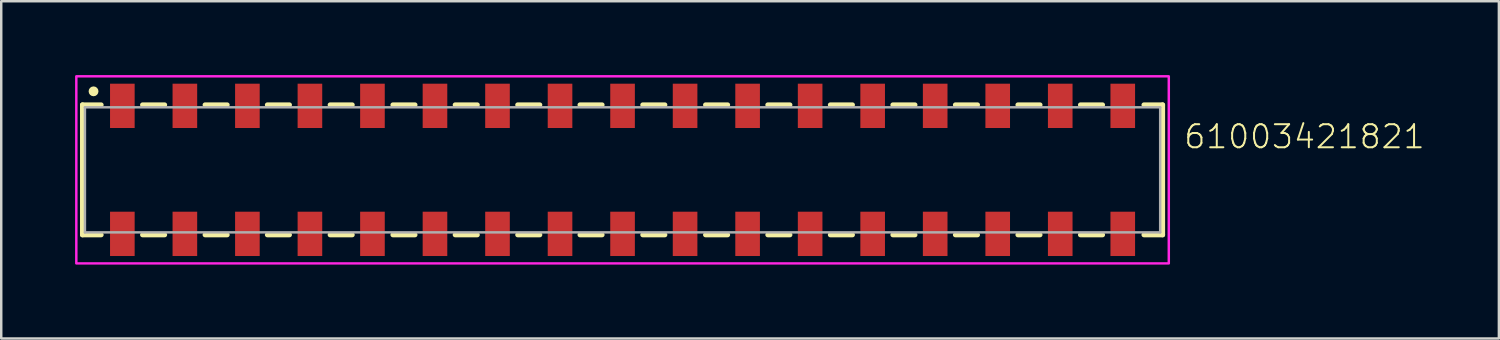
<source format=kicad_pcb>
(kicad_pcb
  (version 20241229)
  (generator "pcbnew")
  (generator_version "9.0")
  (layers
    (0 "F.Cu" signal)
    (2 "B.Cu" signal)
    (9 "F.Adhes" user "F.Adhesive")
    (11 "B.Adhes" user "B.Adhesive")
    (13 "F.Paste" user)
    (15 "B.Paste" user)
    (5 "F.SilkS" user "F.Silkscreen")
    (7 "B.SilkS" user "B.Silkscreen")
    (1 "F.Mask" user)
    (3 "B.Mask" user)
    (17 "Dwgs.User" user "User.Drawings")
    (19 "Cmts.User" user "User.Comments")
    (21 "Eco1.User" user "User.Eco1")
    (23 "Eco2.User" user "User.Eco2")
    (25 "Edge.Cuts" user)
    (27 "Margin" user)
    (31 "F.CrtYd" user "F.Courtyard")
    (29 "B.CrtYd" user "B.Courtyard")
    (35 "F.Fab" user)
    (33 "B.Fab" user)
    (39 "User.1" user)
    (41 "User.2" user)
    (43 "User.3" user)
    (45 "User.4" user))
  (footprint "61003421821"
    (layer "F.Cu")
    (at 22.24 3.85)
    (property "Reference" "61003421821" (at 22.75 -0.8 0) (unlocked yes) (layer "F.SilkS") (effects (font (size 0.935 0.935) (thickness 0.081)) (justify left bottom)))
    (fp_line (start -21.94 -2.64) (end -21.94 2.64) (stroke (width 0.2) (type solid)) (layer "F.SilkS"))
    (fp_line (start -21.18 -2.64) (end -21.94 -2.64) (stroke (width 0.2) (type solid)) (layer "F.SilkS"))
    (fp_line (start -21.18 2.64) (end -21.94 2.64) (stroke (width 0.2) (type solid)) (layer "F.SilkS"))
    (fp_line (start -19.5 -2.64) (end -18.6 -2.64) (stroke (width 0.2) (type solid)) (layer "F.SilkS"))
    (fp_line (start -19.5 2.64) (end -18.6 2.64) (stroke (width 0.2) (type solid)) (layer "F.SilkS"))
    (fp_line (start -16.96 -2.64) (end -16.06 -2.64) (stroke (width 0.2) (type solid)) (layer "F.SilkS"))
    (fp_line (start -16.96 2.64) (end -16.06 2.64) (stroke (width 0.2) (type solid)) (layer "F.SilkS"))
    (fp_line (start -14.43 -2.64) (end -13.53 -2.64) (stroke (width 0.2) (type solid)) (layer "F.SilkS"))
    (fp_line (start -14.43 2.64) (end -13.53 2.64) (stroke (width 0.2) (type solid)) (layer "F.SilkS"))
    (fp_line (start -11.88 -2.64) (end -10.98 -2.64) (stroke (width 0.2) (type solid)) (layer "F.SilkS"))
    (fp_line (start -10.98 2.64) (end -11.88 2.64) (stroke (width 0.2) (type solid)) (layer "F.SilkS"))
    (fp_line (start -9.33 -2.64) (end -8.43 -2.64) (stroke (width 0.2) (type solid)) (layer "F.SilkS"))
    (fp_line (start -9.33 2.64) (end -8.43 2.64) (stroke (width 0.2) (type solid)) (layer "F.SilkS"))
    (fp_line (start -6.8 -2.64) (end -5.9 -2.64) (stroke (width 0.2) (type solid)) (layer "F.SilkS"))
    (fp_line (start -6.8 2.64) (end -5.9 2.64) (stroke (width 0.2) (type solid)) (layer "F.SilkS"))
    (fp_line (start -3.36 -2.64) (end -4.26 -2.64) (stroke (width 0.2) (type solid)) (layer "F.SilkS"))
    (fp_line (start -3.36 2.64) (end -4.26 2.64) (stroke (width 0.2) (type solid)) (layer "F.SilkS"))
    (fp_line (start -0.83 -2.64) (end -1.73 -2.64) (stroke (width 0.2) (type solid)) (layer "F.SilkS"))
    (fp_line (start -0.83 2.64) (end -1.73 2.64) (stroke (width 0.2) (type solid)) (layer "F.SilkS"))
    (fp_line (start 0.82 -2.64) (end 1.72 -2.64) (stroke (width 0.2) (type solid)) (layer "F.SilkS"))
    (fp_line (start 1.72 2.64) (end 0.82 2.64) (stroke (width 0.2) (type solid)) (layer "F.SilkS"))
    (fp_line (start 4.27 -2.64) (end 3.37 -2.64) (stroke (width 0.2) (type solid)) (layer "F.SilkS"))
    (fp_line (start 4.27 2.64) (end 3.37 2.64) (stroke (width 0.2) (type solid)) (layer "F.SilkS"))
    (fp_line (start 6.8 -2.64) (end 5.9 -2.64) (stroke (width 0.2) (type solid)) (layer "F.SilkS"))
    (fp_line (start 6.8 2.64) (end 5.9 2.64) (stroke (width 0.2) (type solid)) (layer "F.SilkS"))
    (fp_line (start 9.34 -2.64) (end 8.44 -2.64) (stroke (width 0.2) (type solid)) (layer "F.SilkS"))
    (fp_line (start 9.34 2.64) (end 8.44 2.64) (stroke (width 0.2) (type solid)) (layer "F.SilkS"))
    (fp_line (start 11.88 -2.64) (end 10.98 -2.64) (stroke (width 0.2) (type solid)) (layer "F.SilkS"))
    (fp_line (start 11.88 2.64) (end 10.98 2.64) (stroke (width 0.2) (type solid)) (layer "F.SilkS"))
    (fp_line (start 14.42 -2.64) (end 13.52 -2.64) (stroke (width 0.2) (type solid)) (layer "F.SilkS"))
    (fp_line (start 14.42 2.64) (end 13.52 2.64) (stroke (width 0.2) (type solid)) (layer "F.SilkS"))
    (fp_line (start 16.96 -2.64) (end 16.06 -2.64) (stroke (width 0.2) (type solid)) (layer "F.SilkS"))
    (fp_line (start 16.96 2.64) (end 16.06 2.64) (stroke (width 0.2) (type solid)) (layer "F.SilkS"))
    (fp_line (start 19.5 -2.64) (end 18.6 -2.64) (stroke (width 0.2) (type solid)) (layer "F.SilkS"))
    (fp_line (start 19.5 2.64) (end 18.6 2.64) (stroke (width 0.2) (type solid)) (layer "F.SilkS"))
    (fp_line (start 21.18 -2.64) (end 21.94 -2.64) (stroke (width 0.2) (type solid)) (layer "F.SilkS"))
    (fp_line (start 21.18 2.64) (end 21.94 2.64) (stroke (width 0.2) (type solid)) (layer "F.SilkS"))
    (fp_line (start 21.94 2.64) (end 21.94 -2.64) (stroke (width 0.2) (type solid)) (layer "F.SilkS"))
    (fp_circle (center -21.49 -3.19) (end -21.39 -3.19) (stroke (width 0.2) (type solid)) (fill no) (layer "F.SilkS"))
    (fp_poly (pts (xy 22.19 3.8) (xy -22.19 3.8) (xy -22.19 -3.8) (xy 22.19 -3.8)) (stroke (width 0.1) (type default)) (fill no) (layer "F.CrtYd"))
    (fp_line (start -21.84 -2.54) (end -21.84 2.54) (stroke (width 0.1) (type solid)) (layer "F.Fab"))
    (fp_line (start -21.84 2.54) (end 21.84 2.54) (stroke (width 0.1) (type solid)) (layer "F.Fab"))
    (fp_line (start 21.84 -2.54) (end -21.84 -2.54) (stroke (width 0.1) (type solid)) (layer "F.Fab"))
    (fp_line (start 21.84 2.54) (end 21.84 -2.54) (stroke (width 0.1) (type solid)) (layer "F.Fab"))
    (pad "1" smd rect (at -20.32 -2.6) (size 1 1.8) (layers "F.Cu" "F.Mask" "F.Paste"))
    (pad "2" smd rect (at -20.32 2.6) (size 1 1.8) (layers "F.Cu" "F.Mask" "F.Paste"))
    (pad "3" smd rect (at -17.78 -2.6) (size 1 1.8) (layers "F.Cu" "F.Mask" "F.Paste"))
    (pad "4" smd rect (at -17.78 2.6) (size 1 1.8) (layers "F.Cu" "F.Mask" "F.Paste"))
    (pad "5" smd rect (at -15.24 -2.6) (size 1 1.8) (layers "F.Cu" "F.Mask" "F.Paste"))
    (pad "6" smd rect (at -15.24 2.6) (size 1 1.8) (layers "F.Cu" "F.Mask" "F.Paste"))
    (pad "7" smd rect (at -12.7 -2.6) (size 1 1.8) (layers "F.Cu" "F.Mask" "F.Paste"))
    (pad "8" smd rect (at -12.7 2.6) (size 1 1.8) (layers "F.Cu" "F.Mask" "F.Paste"))
    (pad "9" smd rect (at -10.16 -2.6) (size 1 1.8) (layers "F.Cu" "F.Mask" "F.Paste"))
    (pad "10" smd rect (at -10.16 2.6) (size 1 1.8) (layers "F.Cu" "F.Mask" "F.Paste"))
    (pad "11" smd rect (at -7.62 -2.6) (size 1 1.8) (layers "F.Cu" "F.Mask" "F.Paste"))
    (pad "12" smd rect (at -7.62 2.6) (size 1 1.8) (layers "F.Cu" "F.Mask" "F.Paste"))
    (pad "13" smd rect (at -5.08 -2.6) (size 1 1.8) (layers "F.Cu" "F.Mask" "F.Paste"))
    (pad "14" smd rect (at -5.08 2.6) (size 1 1.8) (layers "F.Cu" "F.Mask" "F.Paste"))
    (pad "15" smd rect (at -2.54 -2.6) (size 1 1.8) (layers "F.Cu" "F.Mask" "F.Paste"))
    (pad "16" smd rect (at -2.54 2.6) (size 1 1.8) (layers "F.Cu" "F.Mask" "F.Paste"))
    (pad "17" smd rect (at 0 -2.6) (size 1 1.8) (layers "F.Cu" "F.Mask" "F.Paste"))
    (pad "18" smd rect (at 0 2.6) (size 1 1.8) (layers "F.Cu" "F.Mask" "F.Paste"))
    (pad "19" smd rect (at 2.54 -2.6) (size 1 1.8) (layers "F.Cu" "F.Mask" "F.Paste"))
    (pad "20" smd rect (at 2.54 2.6) (size 1 1.8) (layers "F.Cu" "F.Mask" "F.Paste"))
    (pad "21" smd rect (at 5.08 -2.6) (size 1 1.8) (layers "F.Cu" "F.Mask" "F.Paste"))
    (pad "22" smd rect (at 5.08 2.6) (size 1 1.8) (layers "F.Cu" "F.Mask" "F.Paste"))
    (pad "23" smd rect (at 7.62 -2.6) (size 1 1.8) (layers "F.Cu" "F.Mask" "F.Paste"))
    (pad "24" smd rect (at 7.62 2.6) (size 1 1.8) (layers "F.Cu" "F.Mask" "F.Paste"))
    (pad "25" smd rect (at 10.16 -2.6) (size 1 1.8) (layers "F.Cu" "F.Mask" "F.Paste"))
    (pad "26" smd rect (at 10.16 2.6) (size 1 1.8) (layers "F.Cu" "F.Mask" "F.Paste"))
    (pad "27" smd rect (at 12.7 -2.6) (size 1 1.8) (layers "F.Cu" "F.Mask" "F.Paste"))
    (pad "28" smd rect (at 12.7 2.6) (size 1 1.8) (layers "F.Cu" "F.Mask" "F.Paste"))
    (pad "29" smd rect (at 15.24 -2.6) (size 1 1.8) (layers "F.Cu" "F.Mask" "F.Paste"))
    (pad "30" smd rect (at 15.24 2.6) (size 1 1.8) (layers "F.Cu" "F.Mask" "F.Paste"))
    (pad "31" smd rect (at 17.78 -2.6) (size 1 1.8) (layers "F.Cu" "F.Mask" "F.Paste"))
    (pad "32" smd rect (at 17.78 2.6) (size 1 1.8) (layers "F.Cu" "F.Mask" "F.Paste"))
    (pad "33" smd rect (at 20.32 -2.6) (size 1 1.8) (layers "F.Cu" "F.Mask" "F.Paste"))
    (pad "34" smd rect (at 20.32 2.6) (size 1 1.8) (layers "F.Cu" "F.Mask" "F.Paste")))
  (gr_rect
    (start -3 -3)
    (end 57.839 10.7)
    (stroke (width 0.1) (type default))
    (fill no)
    (layer "Edge.Cuts")))
</source>
